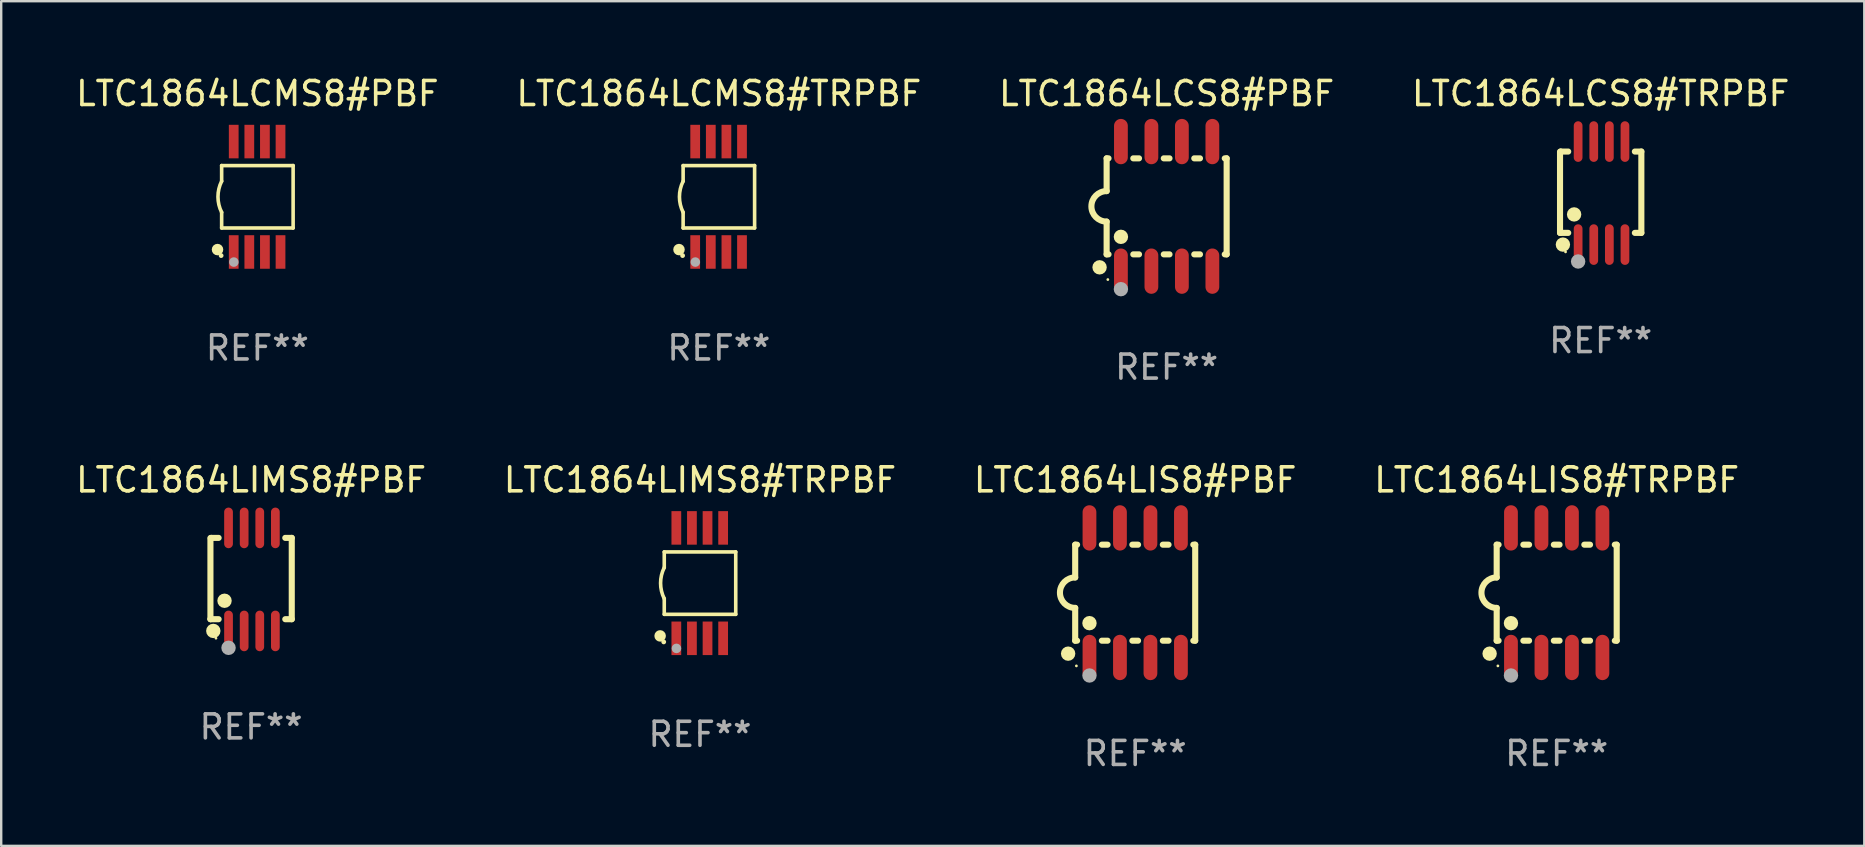
<source format=kicad_pcb>
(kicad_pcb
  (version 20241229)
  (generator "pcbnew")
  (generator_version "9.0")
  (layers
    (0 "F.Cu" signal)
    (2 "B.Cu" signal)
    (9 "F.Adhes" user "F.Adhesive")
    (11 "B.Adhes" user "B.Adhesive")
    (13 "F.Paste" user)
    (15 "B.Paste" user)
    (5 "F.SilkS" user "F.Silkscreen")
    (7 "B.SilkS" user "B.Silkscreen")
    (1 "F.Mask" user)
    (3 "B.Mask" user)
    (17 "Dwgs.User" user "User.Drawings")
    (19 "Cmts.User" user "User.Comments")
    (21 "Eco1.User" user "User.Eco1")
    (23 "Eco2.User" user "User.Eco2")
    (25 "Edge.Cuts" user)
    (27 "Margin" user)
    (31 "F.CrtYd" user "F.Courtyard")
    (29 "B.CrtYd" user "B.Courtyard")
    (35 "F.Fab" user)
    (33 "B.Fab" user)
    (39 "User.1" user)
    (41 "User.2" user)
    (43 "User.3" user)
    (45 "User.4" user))
  (footprint "LTC1864LIMS8#TRPBF"
    (layer "F.Cu")
    (at 26.113 21.243)
    (property "Reference" "LTC1864LIMS8#TRPBF" (at 0 -4.3 0) (layer "F.SilkS") (effects (font (size 1 1) (thickness 0.15))))
    (attr through_hole)
    (fp_line (start -1.489 -1.3) (end -1.489 -0.648) (stroke (width 0.15) (type solid)) (layer "F.SilkS"))
    (fp_line (start -1.489 0.648) (end -1.489 1.3) (stroke (width 0.15) (type solid)) (layer "F.SilkS"))
    (fp_line (start -1.489 1.3) (end 1.489 1.3) (stroke (width 0.15) (type solid)) (layer "F.SilkS"))
    (fp_line (start 1.489 -1.3) (end -1.489 -1.3) (stroke (width 0.15) (type solid)) (layer "F.SilkS"))
    (fp_line (start 1.489 1.3) (end 1.489 -1.3) (stroke (width 0.15) (type solid)) (layer "F.SilkS"))
    (fp_arc (start -1.489205 0.647702) (mid -1.642107 0) (end -1.489205 -0.647701) (stroke (width 0.150013) (type solid)) (layer "F.SilkS"))
    (fp_circle (center -1.661 2.2) (end -1.541 2.2) (stroke (width 0.24) (type solid)) (fill no) (layer "F.SilkS"))
    (fp_circle (center -1.511 2.45) (end -1.461 2.45) (stroke (width 0.1) (type solid)) (fill no) (layer "F.SilkS"))
    (fp_circle (center -0.981 2.72) (end -0.881 2.72) (stroke (width 0.2) (type solid)) (fill no) (layer "F.Fab"))
    (fp_text user "REF**" (at 0 6.3 0) (layer "F.Fab") (effects (font (size 1 1) (thickness 0.15))))
    (pad "1" smd rect (at -0.986 2.3) (size 0.406 1.397) (layers "F.Cu" "F.Mask" "F.Paste"))
    (pad "2" smd rect (at -0.336 2.3) (size 0.406 1.397) (layers "F.Cu" "F.Mask" "F.Paste"))
    (pad "3" smd rect (at 0.314 2.3) (size 0.406 1.397) (layers "F.Cu" "F.Mask" "F.Paste"))
    (pad "4" smd rect (at 0.964 2.3) (size 0.406 1.397) (layers "F.Cu" "F.Mask" "F.Paste"))
    (pad "5" smd rect (at 0.964 -2.3) (size 0.406 1.397) (layers "F.Cu" "F.Mask" "F.Paste"))
    (pad "6" smd rect (at 0.314 -2.3) (size 0.406 1.397) (layers "F.Cu" "F.Mask" "F.Paste"))
    (pad "7" smd rect (at -0.336 -2.3) (size 0.406 1.397) (layers "F.Cu" "F.Mask" "F.Paste"))
    (pad "8" smd rect (at -0.986 -2.3) (size 0.406 1.397) (layers "F.Cu" "F.Mask" "F.Paste")))
  (footprint "LTC1864LIMS8#PBF"
    (layer "F.Cu")
    (at 7.411 21.089)
    (property "Reference" "LTC1864LIMS8#PBF" (at 0 -4.146 0) (layer "F.SilkS") (effects (font (size 1 1) (thickness 0.15))))
    (attr through_hole)
    (fp_line (start -1.694 -1.724) (end -1.694 1.652) (stroke (width 0.254) (type solid)) (layer "F.SilkS"))
    (fp_line (start -1.694 1.652) (end -1.688 1.658) (stroke (width 0.254) (type solid)) (layer "F.SilkS"))
    (fp_line (start -1.688 1.658) (end -1.353 1.658) (stroke (width 0.254) (type solid)) (layer "F.SilkS"))
    (fp_line (start -1.661 -1.73) (end -1.681 -1.71) (stroke (width 0.254) (type solid)) (layer "F.SilkS"))
    (fp_line (start -1.353 -1.73) (end -1.661 -1.73) (stroke (width 0.254) (type solid)) (layer "F.SilkS"))
    (fp_line (start 1.424 1.658) (end 1.694 1.658) (stroke (width 0.254) (type solid)) (layer "F.SilkS"))
    (fp_line (start 1.694 -1.73) (end 1.424 -1.73) (stroke (width 0.254) (type solid)) (layer "F.SilkS"))
    (fp_line (start 1.694 1.658) (end 1.694 -1.73) (stroke (width 0.254) (type solid)) (layer "F.SilkS"))
    (fp_circle (center -1.574 2.146) (end -1.424 2.146) (stroke (width 0.3) (type solid)) (fill no) (layer "F.SilkS"))
    (fp_circle (center -1.464 2.45) (end -1.434 2.45) (stroke (width 0.06) (type solid)) (fill no) (layer "F.SilkS"))
    (fp_circle (center -1.107 0.889) (end -0.957 0.889) (stroke (width 0.3) (type solid)) (fill no) (layer "F.SilkS"))
    (fp_circle (center -0.94 2.85) (end -0.789 2.85) (stroke (width 0.3) (type solid)) (fill no) (layer "F.Fab"))
    (fp_text user "REF**" (at 0 6.146 0) (layer "F.Fab") (effects (font (size 1 1) (thickness 0.15))))
    (pad "1" smd oval (at -0.94 2.146) (size 0.364 1.692) (layers "F.Cu" "F.Mask" "F.Paste"))
    (pad "2" smd oval (at -0.289 2.146) (size 0.364 1.692) (layers "F.Cu" "F.Mask" "F.Paste"))
    (pad "3" smd oval (at 0.361 2.146) (size 0.364 1.692) (layers "F.Cu" "F.Mask" "F.Paste"))
    (pad "4" smd oval (at 1.011 2.146) (size 0.364 1.692) (layers "F.Cu" "F.Mask" "F.Paste"))
    (pad "5" smd oval (at 1.011 -2.146) (size 0.364 1.692) (layers "F.Cu" "F.Mask" "F.Paste"))
    (pad "6" smd oval (at 0.361 -2.146) (size 0.364 1.692) (layers "F.Cu" "F.Mask" "F.Paste"))
    (pad "7" smd oval (at -0.289 -2.146) (size 0.364 1.692) (layers "F.Cu" "F.Mask" "F.Paste"))
    (pad "8" smd oval (at -0.94 -2.146) (size 0.364 1.692) (layers "F.Cu" "F.Mask" "F.Paste")))
  (footprint "LTC1864LCMS8#PBF"
    (layer "F.Cu")
    (at 7.673 5.148)
    (property "Reference" "LTC1864LCMS8#PBF" (at 0 -4.3 0) (layer "F.SilkS") (effects (font (size 1 1) (thickness 0.15))))
    (attr through_hole)
    (fp_line (start -1.489 -1.3) (end -1.489 -0.648) (stroke (width 0.15) (type solid)) (layer "F.SilkS"))
    (fp_line (start -1.489 0.648) (end -1.489 1.3) (stroke (width 0.15) (type solid)) (layer "F.SilkS"))
    (fp_line (start -1.489 1.3) (end 1.489 1.3) (stroke (width 0.15) (type solid)) (layer "F.SilkS"))
    (fp_line (start 1.489 -1.3) (end -1.489 -1.3) (stroke (width 0.15) (type solid)) (layer "F.SilkS"))
    (fp_line (start 1.489 1.3) (end 1.489 -1.3) (stroke (width 0.15) (type solid)) (layer "F.SilkS"))
    (fp_arc (start -1.489205 0.647702) (mid -1.642107 0) (end -1.489205 -0.647701) (stroke (width 0.150013) (type solid)) (layer "F.SilkS"))
    (fp_circle (center -1.661 2.2) (end -1.541 2.2) (stroke (width 0.24) (type solid)) (fill no) (layer "F.SilkS"))
    (fp_circle (center -1.511 2.45) (end -1.461 2.45) (stroke (width 0.1) (type solid)) (fill no) (layer "F.SilkS"))
    (fp_circle (center -0.981 2.72) (end -0.881 2.72) (stroke (width 0.2) (type solid)) (fill no) (layer "F.Fab"))
    (fp_text user "REF**" (at 0 6.3 0) (layer "F.Fab") (effects (font (size 1 1) (thickness 0.15))))
    (pad "1" smd rect (at -0.986 2.3) (size 0.406 1.397) (layers "F.Cu" "F.Mask" "F.Paste"))
    (pad "2" smd rect (at -0.336 2.3) (size 0.406 1.397) (layers "F.Cu" "F.Mask" "F.Paste"))
    (pad "3" smd rect (at 0.314 2.3) (size 0.406 1.397) (layers "F.Cu" "F.Mask" "F.Paste"))
    (pad "4" smd rect (at 0.964 2.3) (size 0.406 1.397) (layers "F.Cu" "F.Mask" "F.Paste"))
    (pad "5" smd rect (at 0.964 -2.3) (size 0.406 1.397) (layers "F.Cu" "F.Mask" "F.Paste"))
    (pad "6" smd rect (at 0.314 -2.3) (size 0.406 1.397) (layers "F.Cu" "F.Mask" "F.Paste"))
    (pad "7" smd rect (at -0.336 -2.3) (size 0.406 1.397) (layers "F.Cu" "F.Mask" "F.Paste"))
    (pad "8" smd rect (at -0.986 -2.3) (size 0.406 1.397) (layers "F.Cu" "F.Mask" "F.Paste")))
  (footprint "LTC1864LIS8#TRPBF"
    (layer "F.Cu")
    (at 61.804 21.642)
    (property "Reference" "LTC1864LIS8#TRPBF" (at 0 -4.699 0) (layer "F.SilkS") (effects (font (size 1 1) (thickness 0.15))))
    (attr through_hole)
    (fp_line (start -2.5 -2) (end -2.5 -0.635) (stroke (width 0.254) (type solid)) (layer "F.SilkS"))
    (fp_line (start -2.5 -2) (end -2.421 -2) (stroke (width 0.254) (type solid)) (layer "F.SilkS"))
    (fp_line (start -2.5 2) (end -2.5 0.635) (stroke (width 0.254) (type solid)) (layer "F.SilkS"))
    (fp_line (start -2.5 2) (end -2.421 2) (stroke (width 0.254) (type solid)) (layer "F.SilkS"))
    (fp_line (start -1.389 -2) (end -1.151 -2) (stroke (width 0.254) (type solid)) (layer "F.SilkS"))
    (fp_line (start -1.389 2) (end -1.151 2) (stroke (width 0.254) (type solid)) (layer "F.SilkS"))
    (fp_line (start -0.119 -2) (end 0.119 -2) (stroke (width 0.254) (type solid)) (layer "F.SilkS"))
    (fp_line (start -0.119 2) (end 0.119 2) (stroke (width 0.254) (type solid)) (layer "F.SilkS"))
    (fp_line (start 1.151 -2) (end 1.389 -2) (stroke (width 0.254) (type solid)) (layer "F.SilkS"))
    (fp_line (start 1.151 2) (end 1.389 2) (stroke (width 0.254) (type solid)) (layer "F.SilkS"))
    (fp_line (start 2.421 -2) (end 2.5 -2) (stroke (width 0.254) (type solid)) (layer "F.SilkS"))
    (fp_line (start 2.421 2) (end 2.5 2) (stroke (width 0.254) (type solid)) (layer "F.SilkS"))
    (fp_line (start 2.5 -2) (end 2.5 2) (stroke (width 0.254) (type solid)) (layer "F.SilkS"))
    (fp_arc (start -2.5 0.635001) (mid -3.134366 -0.000318) (end -2.499365 -0.635001) (stroke (width 0.254001) (type solid)) (layer "F.SilkS"))
    (fp_circle (center -2.794 2.54) (end -2.644 2.54) (stroke (width 0.3) (type solid)) (fill no) (layer "F.SilkS"))
    (fp_circle (center -2.45 3.05) (end -2.42 3.05) (stroke (width 0.06) (type solid)) (fill no) (layer "F.SilkS"))
    (fp_circle (center -1.905 1.27) (end -1.755 1.27) (stroke (width 0.3) (type solid)) (fill no) (layer "F.SilkS"))
    (fp_circle (center -1.905 3.45) (end -1.755 3.45) (stroke (width 0.3) (type solid)) (fill no) (layer "F.Fab"))
    (fp_text user "REF**" (at 0 6.699 0) (layer "F.Fab") (effects (font (size 1 1) (thickness 0.15))))
    (pad "1" smd oval (at -1.905 2.699) (size 0.574 1.888) (layers "F.Cu" "F.Mask" "F.Paste"))
    (pad "2" smd oval (at -0.635 2.699) (size 0.574 1.888) (layers "F.Cu" "F.Mask" "F.Paste"))
    (pad "3" smd oval (at 0.635 2.699) (size 0.574 1.888) (layers "F.Cu" "F.Mask" "F.Paste"))
    (pad "4" smd oval (at 1.905 2.699) (size 0.574 1.888) (layers "F.Cu" "F.Mask" "F.Paste"))
    (pad "5" smd oval (at 1.905 -2.699) (size 0.574 1.888) (layers "F.Cu" "F.Mask" "F.Paste"))
    (pad "6" smd oval (at 0.635 -2.699) (size 0.574 1.888) (layers "F.Cu" "F.Mask" "F.Paste"))
    (pad "7" smd oval (at -0.635 -2.699) (size 0.574 1.888) (layers "F.Cu" "F.Mask" "F.Paste"))
    (pad "8" smd oval (at -1.905 -2.699) (size 0.574 1.888) (layers "F.Cu" "F.Mask" "F.Paste")))
  (footprint "LTC1864LCS8#PBF"
    (layer "F.Cu")
    (at 45.554 5.547)
    (property "Reference" "LTC1864LCS8#PBF" (at 0 -4.699 0) (layer "F.SilkS") (effects (font (size 1 1) (thickness 0.15))))
    (attr through_hole)
    (fp_line (start -2.5 -2) (end -2.5 -0.635) (stroke (width 0.254) (type solid)) (layer "F.SilkS"))
    (fp_line (start -2.5 -2) (end -2.421 -2) (stroke (width 0.254) (type solid)) (layer "F.SilkS"))
    (fp_line (start -2.5 2) (end -2.5 0.635) (stroke (width 0.254) (type solid)) (layer "F.SilkS"))
    (fp_line (start -2.5 2) (end -2.421 2) (stroke (width 0.254) (type solid)) (layer "F.SilkS"))
    (fp_line (start -1.389 -2) (end -1.151 -2) (stroke (width 0.254) (type solid)) (layer "F.SilkS"))
    (fp_line (start -1.389 2) (end -1.151 2) (stroke (width 0.254) (type solid)) (layer "F.SilkS"))
    (fp_line (start -0.119 -2) (end 0.119 -2) (stroke (width 0.254) (type solid)) (layer "F.SilkS"))
    (fp_line (start -0.119 2) (end 0.119 2) (stroke (width 0.254) (type solid)) (layer "F.SilkS"))
    (fp_line (start 1.151 -2) (end 1.389 -2) (stroke (width 0.254) (type solid)) (layer "F.SilkS"))
    (fp_line (start 1.151 2) (end 1.389 2) (stroke (width 0.254) (type solid)) (layer "F.SilkS"))
    (fp_line (start 2.421 -2) (end 2.5 -2) (stroke (width 0.254) (type solid)) (layer "F.SilkS"))
    (fp_line (start 2.421 2) (end 2.5 2) (stroke (width 0.254) (type solid)) (layer "F.SilkS"))
    (fp_line (start 2.5 -2) (end 2.5 2) (stroke (width 0.254) (type solid)) (layer "F.SilkS"))
    (fp_arc (start -2.5 0.635001) (mid -3.134366 -0.000318) (end -2.499365 -0.635001) (stroke (width 0.254001) (type solid)) (layer "F.SilkS"))
    (fp_circle (center -2.794 2.54) (end -2.644 2.54) (stroke (width 0.3) (type solid)) (fill no) (layer "F.SilkS"))
    (fp_circle (center -2.45 3.05) (end -2.42 3.05) (stroke (width 0.06) (type solid)) (fill no) (layer "F.SilkS"))
    (fp_circle (center -1.905 1.27) (end -1.755 1.27) (stroke (width 0.3) (type solid)) (fill no) (layer "F.SilkS"))
    (fp_circle (center -1.905 3.45) (end -1.755 3.45) (stroke (width 0.3) (type solid)) (fill no) (layer "F.Fab"))
    (fp_text user "REF**" (at 0 6.699 0) (layer "F.Fab") (effects (font (size 1 1) (thickness 0.15))))
    (pad "1" smd oval (at -1.905 2.699) (size 0.574 1.888) (layers "F.Cu" "F.Mask" "F.Paste"))
    (pad "2" smd oval (at -0.635 2.699) (size 0.574 1.888) (layers "F.Cu" "F.Mask" "F.Paste"))
    (pad "3" smd oval (at 0.635 2.699) (size 0.574 1.888) (layers "F.Cu" "F.Mask" "F.Paste"))
    (pad "4" smd oval (at 1.905 2.699) (size 0.574 1.888) (layers "F.Cu" "F.Mask" "F.Paste"))
    (pad "5" smd oval (at 1.905 -2.699) (size 0.574 1.888) (layers "F.Cu" "F.Mask" "F.Paste"))
    (pad "6" smd oval (at 0.635 -2.699) (size 0.574 1.888) (layers "F.Cu" "F.Mask" "F.Paste"))
    (pad "7" smd oval (at -0.635 -2.699) (size 0.574 1.888) (layers "F.Cu" "F.Mask" "F.Paste"))
    (pad "8" smd oval (at -1.905 -2.699) (size 0.574 1.888) (layers "F.Cu" "F.Mask" "F.Paste")))
  (footprint "LTC1864LCMS8#TRPBF"
    (layer "F.Cu")
    (at 26.899 5.148)
    (property "Reference" "LTC1864LCMS8#TRPBF" (at 0 -4.3 0) (layer "F.SilkS") (effects (font (size 1 1) (thickness 0.15))))
    (attr through_hole)
    (fp_line (start -1.489 -1.3) (end -1.489 -0.648) (stroke (width 0.15) (type solid)) (layer "F.SilkS"))
    (fp_line (start -1.489 0.648) (end -1.489 1.3) (stroke (width 0.15) (type solid)) (layer "F.SilkS"))
    (fp_line (start -1.489 1.3) (end 1.489 1.3) (stroke (width 0.15) (type solid)) (layer "F.SilkS"))
    (fp_line (start 1.489 -1.3) (end -1.489 -1.3) (stroke (width 0.15) (type solid)) (layer "F.SilkS"))
    (fp_line (start 1.489 1.3) (end 1.489 -1.3) (stroke (width 0.15) (type solid)) (layer "F.SilkS"))
    (fp_arc (start -1.489205 0.647702) (mid -1.642107 0) (end -1.489205 -0.647701) (stroke (width 0.150013) (type solid)) (layer "F.SilkS"))
    (fp_circle (center -1.661 2.2) (end -1.541 2.2) (stroke (width 0.24) (type solid)) (fill no) (layer "F.SilkS"))
    (fp_circle (center -1.511 2.45) (end -1.461 2.45) (stroke (width 0.1) (type solid)) (fill no) (layer "F.SilkS"))
    (fp_circle (center -0.981 2.72) (end -0.881 2.72) (stroke (width 0.2) (type solid)) (fill no) (layer "F.Fab"))
    (fp_text user "REF**" (at 0 6.3 0) (layer "F.Fab") (effects (font (size 1 1) (thickness 0.15))))
    (pad "1" smd rect (at -0.986 2.3) (size 0.406 1.397) (layers "F.Cu" "F.Mask" "F.Paste"))
    (pad "2" smd rect (at -0.336 2.3) (size 0.406 1.397) (layers "F.Cu" "F.Mask" "F.Paste"))
    (pad "3" smd rect (at 0.314 2.3) (size 0.406 1.397) (layers "F.Cu" "F.Mask" "F.Paste"))
    (pad "4" smd rect (at 0.964 2.3) (size 0.406 1.397) (layers "F.Cu" "F.Mask" "F.Paste"))
    (pad "5" smd rect (at 0.964 -2.3) (size 0.406 1.397) (layers "F.Cu" "F.Mask" "F.Paste"))
    (pad "6" smd rect (at 0.314 -2.3) (size 0.406 1.397) (layers "F.Cu" "F.Mask" "F.Paste"))
    (pad "7" smd rect (at -0.336 -2.3) (size 0.406 1.397) (layers "F.Cu" "F.Mask" "F.Paste"))
    (pad "8" smd rect (at -0.986 -2.3) (size 0.406 1.397) (layers "F.Cu" "F.Mask" "F.Paste")))
  (footprint "LTC1864LCS8#TRPBF"
    (layer "F.Cu")
    (at 63.637 4.994)
    (property "Reference" "LTC1864LCS8#TRPBF" (at 0 -4.146 0) (layer "F.SilkS") (effects (font (size 1 1) (thickness 0.15))))
    (attr through_hole)
    (fp_line (start -1.694 -1.724) (end -1.694 1.652) (stroke (width 0.254) (type solid)) (layer "F.SilkS"))
    (fp_line (start -1.694 1.652) (end -1.688 1.658) (stroke (width 0.254) (type solid)) (layer "F.SilkS"))
    (fp_line (start -1.688 1.658) (end -1.353 1.658) (stroke (width 0.254) (type solid)) (layer "F.SilkS"))
    (fp_line (start -1.661 -1.73) (end -1.681 -1.71) (stroke (width 0.254) (type solid)) (layer "F.SilkS"))
    (fp_line (start -1.353 -1.73) (end -1.661 -1.73) (stroke (width 0.254) (type solid)) (layer "F.SilkS"))
    (fp_line (start 1.424 1.658) (end 1.694 1.658) (stroke (width 0.254) (type solid)) (layer "F.SilkS"))
    (fp_line (start 1.694 -1.73) (end 1.424 -1.73) (stroke (width 0.254) (type solid)) (layer "F.SilkS"))
    (fp_line (start 1.694 1.658) (end 1.694 -1.73) (stroke (width 0.254) (type solid)) (layer "F.SilkS"))
    (fp_circle (center -1.574 2.146) (end -1.424 2.146) (stroke (width 0.3) (type solid)) (fill no) (layer "F.SilkS"))
    (fp_circle (center -1.464 2.45) (end -1.434 2.45) (stroke (width 0.06) (type solid)) (fill no) (layer "F.SilkS"))
    (fp_circle (center -1.107 0.889) (end -0.957 0.889) (stroke (width 0.3) (type solid)) (fill no) (layer "F.SilkS"))
    (fp_circle (center -0.94 2.85) (end -0.789 2.85) (stroke (width 0.3) (type solid)) (fill no) (layer "F.Fab"))
    (fp_text user "REF**" (at 0 6.146 0) (layer "F.Fab") (effects (font (size 1 1) (thickness 0.15))))
    (pad "1" smd oval (at -0.94 2.146) (size 0.364 1.692) (layers "F.Cu" "F.Mask" "F.Paste"))
    (pad "2" smd oval (at -0.289 2.146) (size 0.364 1.692) (layers "F.Cu" "F.Mask" "F.Paste"))
    (pad "3" smd oval (at 0.361 2.146) (size 0.364 1.692) (layers "F.Cu" "F.Mask" "F.Paste"))
    (pad "4" smd oval (at 1.011 2.146) (size 0.364 1.692) (layers "F.Cu" "F.Mask" "F.Paste"))
    (pad "5" smd oval (at 1.011 -2.146) (size 0.364 1.692) (layers "F.Cu" "F.Mask" "F.Paste"))
    (pad "6" smd oval (at 0.361 -2.146) (size 0.364 1.692) (layers "F.Cu" "F.Mask" "F.Paste"))
    (pad "7" smd oval (at -0.289 -2.146) (size 0.364 1.692) (layers "F.Cu" "F.Mask" "F.Paste"))
    (pad "8" smd oval (at -0.94 -2.146) (size 0.364 1.692) (layers "F.Cu" "F.Mask" "F.Paste")))
  (footprint "LTC1864LIS8#PBF"
    (layer "F.Cu")
    (at 44.244 21.642)
    (property "Reference" "LTC1864LIS8#PBF" (at 0 -4.699 0) (layer "F.SilkS") (effects (font (size 1 1) (thickness 0.15))))
    (attr through_hole)
    (fp_line (start -2.5 -2) (end -2.5 -0.635) (stroke (width 0.254) (type solid)) (layer "F.SilkS"))
    (fp_line (start -2.5 -2) (end -2.421 -2) (stroke (width 0.254) (type solid)) (layer "F.SilkS"))
    (fp_line (start -2.5 2) (end -2.5 0.635) (stroke (width 0.254) (type solid)) (layer "F.SilkS"))
    (fp_line (start -2.5 2) (end -2.421 2) (stroke (width 0.254) (type solid)) (layer "F.SilkS"))
    (fp_line (start -1.389 -2) (end -1.151 -2) (stroke (width 0.254) (type solid)) (layer "F.SilkS"))
    (fp_line (start -1.389 2) (end -1.151 2) (stroke (width 0.254) (type solid)) (layer "F.SilkS"))
    (fp_line (start -0.119 -2) (end 0.119 -2) (stroke (width 0.254) (type solid)) (layer "F.SilkS"))
    (fp_line (start -0.119 2) (end 0.119 2) (stroke (width 0.254) (type solid)) (layer "F.SilkS"))
    (fp_line (start 1.151 -2) (end 1.389 -2) (stroke (width 0.254) (type solid)) (layer "F.SilkS"))
    (fp_line (start 1.151 2) (end 1.389 2) (stroke (width 0.254) (type solid)) (layer "F.SilkS"))
    (fp_line (start 2.421 -2) (end 2.5 -2) (stroke (width 0.254) (type solid)) (layer "F.SilkS"))
    (fp_line (start 2.421 2) (end 2.5 2) (stroke (width 0.254) (type solid)) (layer "F.SilkS"))
    (fp_line (start 2.5 -2) (end 2.5 2) (stroke (width 0.254) (type solid)) (layer "F.SilkS"))
    (fp_arc (start -2.5 0.635001) (mid -3.134366 -0.000318) (end -2.499365 -0.635001) (stroke (width 0.254001) (type solid)) (layer "F.SilkS"))
    (fp_circle (center -2.794 2.54) (end -2.644 2.54) (stroke (width 0.3) (type solid)) (fill no) (layer "F.SilkS"))
    (fp_circle (center -2.45 3.05) (end -2.42 3.05) (stroke (width 0.06) (type solid)) (fill no) (layer "F.SilkS"))
    (fp_circle (center -1.905 1.27) (end -1.755 1.27) (stroke (width 0.3) (type solid)) (fill no) (layer "F.SilkS"))
    (fp_circle (center -1.905 3.45) (end -1.755 3.45) (stroke (width 0.3) (type solid)) (fill no) (layer "F.Fab"))
    (fp_text user "REF**" (at 0 6.699 0) (layer "F.Fab") (effects (font (size 1 1) (thickness 0.15))))
    (pad "1" smd oval (at -1.905 2.699) (size 0.574 1.888) (layers "F.Cu" "F.Mask" "F.Paste"))
    (pad "2" smd oval (at -0.635 2.699) (size 0.574 1.888) (layers "F.Cu" "F.Mask" "F.Paste"))
    (pad "3" smd oval (at 0.635 2.699) (size 0.574 1.888) (layers "F.Cu" "F.Mask" "F.Paste"))
    (pad "4" smd oval (at 1.905 2.699) (size 0.574 1.888) (layers "F.Cu" "F.Mask" "F.Paste"))
    (pad "5" smd oval (at 1.905 -2.699) (size 0.574 1.888) (layers "F.Cu" "F.Mask" "F.Paste"))
    (pad "6" smd oval (at 0.635 -2.699) (size 0.574 1.888) (layers "F.Cu" "F.Mask" "F.Paste"))
    (pad "7" smd oval (at -0.635 -2.699) (size 0.574 1.888) (layers "F.Cu" "F.Mask" "F.Paste"))
    (pad "8" smd oval (at -1.905 -2.699) (size 0.574 1.888) (layers "F.Cu" "F.Mask" "F.Paste")))
  (gr_rect
    (start -3 -3)
    (end 74.619 32.189)
    (stroke (width 0.1) (type default))
    (fill no)
    (layer "Edge.Cuts")))
</source>
